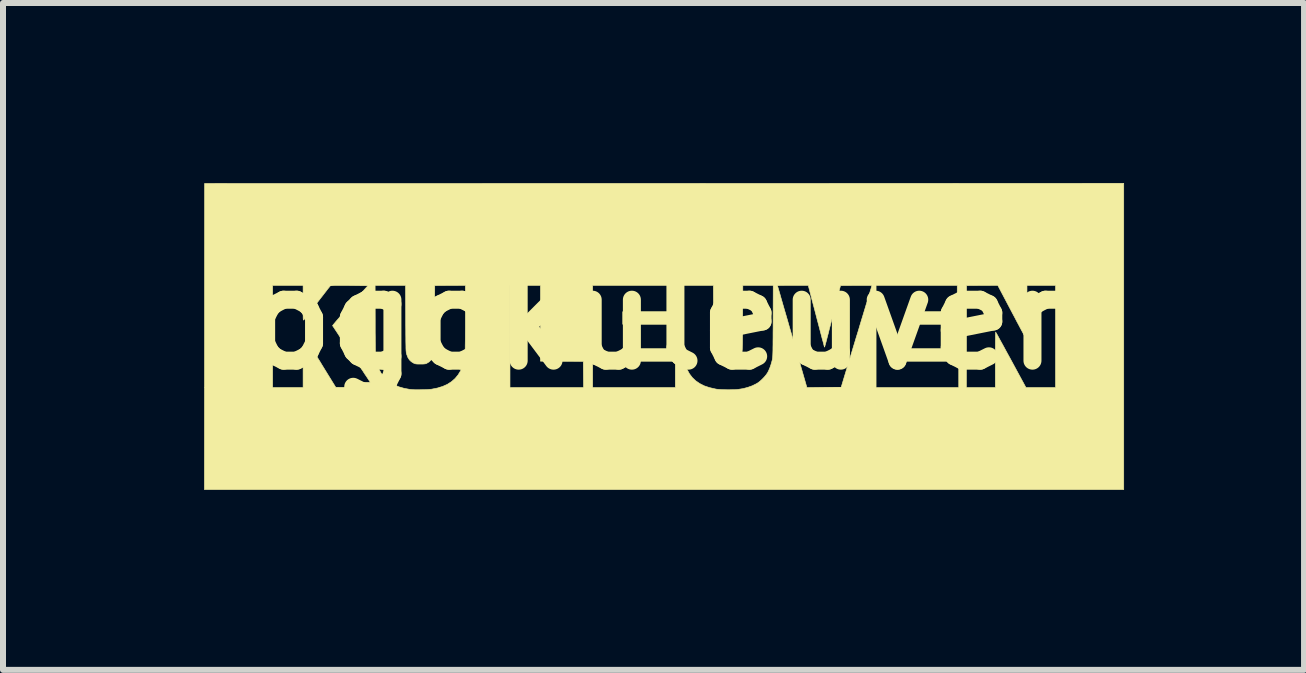
<source format=kicad_pcb>
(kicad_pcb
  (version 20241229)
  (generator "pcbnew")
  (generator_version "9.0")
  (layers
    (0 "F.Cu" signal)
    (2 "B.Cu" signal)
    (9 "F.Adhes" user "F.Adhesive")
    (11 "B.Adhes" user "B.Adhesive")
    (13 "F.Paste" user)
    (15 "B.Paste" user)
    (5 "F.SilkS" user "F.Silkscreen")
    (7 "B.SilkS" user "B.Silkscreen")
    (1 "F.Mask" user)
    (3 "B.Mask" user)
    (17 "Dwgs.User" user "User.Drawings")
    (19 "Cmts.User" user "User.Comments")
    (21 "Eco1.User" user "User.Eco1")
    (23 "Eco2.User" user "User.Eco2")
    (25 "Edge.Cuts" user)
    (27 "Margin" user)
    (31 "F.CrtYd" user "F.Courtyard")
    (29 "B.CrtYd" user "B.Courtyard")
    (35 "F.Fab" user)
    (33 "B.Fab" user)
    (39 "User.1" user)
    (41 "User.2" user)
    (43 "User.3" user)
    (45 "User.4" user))
  (footprint "logokuleuven"
    (layer "F.Cu")
    (at 7.736 2.272)
    (property "Reference" "logokuleuven" (at 0 0 0) (layer "F.SilkS") (effects (font (size 1.524 1.524) (thickness 0.3))))
    (attr through_hole)
    (fp_poly (pts (xy 7.944 0.286) (xy 7.944 2.838) (xy -7.379 2.838) (xy -7.377 0.287) (xy -7.377 -0.565) (xy -6.242 -0.565) (xy -6.242 1.137) (xy -5.734 1.137) (xy -5.734 0.634) (xy -5.666 0.558) (xy -5.643 0.533) (xy -5.622 0.511) (xy -5.606 0.495) (xy -5.596 0.486) (xy -5.593 0.484) (xy -5.589 0.49) (xy -5.578 0.505) (xy -5.563 0.53) (xy -5.542 0.562) (xy -5.517 0.602) (xy -5.489 0.647) (xy -5.457 0.698) (xy -5.424 0.753) (xy -5.389 0.81) (xy -5.19 1.133) (xy -4.875 1.135) (xy -4.813 1.135) (xy -4.755 1.135) (xy -4.702 1.135) (xy -4.656 1.135) (xy -4.617 1.135) (xy -4.588 1.134) (xy -4.568 1.134) (xy -4.56 1.133) (xy -4.559 1.133) (xy -4.563 1.127) (xy -4.573 1.112) (xy -4.589 1.087) (xy -4.611 1.054) (xy -4.638 1.014) (xy -4.669 0.966) (xy -4.705 0.913) (xy -4.744 0.853) (xy -4.787 0.79) (xy -4.833 0.722) (xy -4.88 0.65) (xy -4.899 0.622) (xy -4.948 0.55) (xy -4.994 0.48) (xy -5.038 0.415) (xy -5.079 0.353) (xy -5.117 0.297) (xy -5.15 0.246) (xy -5.179 0.202) (xy -5.203 0.166) (xy -5.222 0.137) (xy -5.235 0.118) (xy -5.242 0.108) (xy -5.242 0.106) (xy -5.239 0.1) (xy -5.227 0.085) (xy -5.208 0.062) (xy -5.182 0.031) (xy -5.149 -0.007) (xy -5.11 -0.051) (xy -5.065 -0.102) (xy -5.016 -0.157) (xy -4.962 -0.218) (xy -4.949 -0.232) (xy -4.652 -0.562) (xy -4.963 -0.564) (xy -5.034 -0.564) (xy -5.093 -0.564) (xy -5.142 -0.564) (xy -5.182 -0.564) (xy -5.213 -0.564) (xy -5.236 -0.563) (xy -5.254 -0.562) (xy -5.266 -0.561) (xy -5.274 -0.559) (xy -5.28 -0.557) (xy -5.283 -0.555) (xy -5.284 -0.554) (xy -5.29 -0.547) (xy -5.302 -0.531) (xy -5.322 -0.507) (xy -5.346 -0.475) (xy -5.375 -0.438) (xy -5.408 -0.395) (xy -5.445 -0.348) (xy -5.484 -0.297) (xy -5.502 -0.273) (xy -5.542 -0.221) (xy -5.58 -0.173) (xy -5.615 -0.128) (xy -5.646 -0.087) (xy -5.673 -0.053) (xy -5.695 -0.025) (xy -5.711 -0.004) (xy -5.72 0.007) (xy -5.722 0.009) (xy -5.725 0.012) (xy -5.727 0.013) (xy -5.729 0.011) (xy -5.731 0.005) (xy -5.732 -0.006) (xy -5.733 -0.022) (xy -5.733 -0.046) (xy -5.734 -0.078) (xy -5.734 -0.118) (xy -5.734 -0.169) (xy -5.734 -0.231) (xy -5.734 -0.272) (xy -5.734 -0.565) (xy -4.534 -0.565) (xy -4.532 0.03) (xy -4.532 0.13) (xy -4.532 0.219) (xy -4.531 0.296) (xy -4.531 0.364) (xy -4.53 0.422) (xy -4.53 0.471) (xy -4.529 0.513) (xy -4.529 0.548) (xy -4.528 0.577) (xy -4.527 0.6) (xy -4.526 0.62) (xy -4.525 0.636) (xy -4.523 0.649) (xy -4.521 0.661) (xy -4.52 0.671) (xy -4.517 0.682) (xy -4.516 0.689) (xy -4.494 0.768) (xy -4.467 0.838) (xy -4.433 0.899) (xy -4.391 0.955) (xy -4.375 0.973) (xy -4.324 1.023) (xy -4.267 1.064) (xy -4.203 1.099) (xy -4.132 1.127) (xy -4.052 1.15) (xy -3.961 1.167) (xy -3.934 1.17) (xy -3.909 1.172) (xy -3.875 1.174) (xy -3.834 1.174) (xy -3.788 1.174) (xy -3.74 1.173) (xy -3.694 1.172) (xy -3.652 1.17) (xy -3.617 1.167) (xy -3.594 1.165) (xy -3.497 1.146) (xy -3.409 1.119) (xy -3.33 1.084) (xy -3.26 1.039) (xy -3.2 0.986) (xy -3.149 0.924) (xy -3.107 0.854) (xy -3.075 0.774) (xy -3.051 0.686) (xy -3.037 0.589) (xy -3.035 0.578) (xy -3.034 0.559) (xy -3.033 0.529) (xy -3.032 0.488) (xy -3.032 0.437) (xy -3.031 0.377) (xy -3.03 0.31) (xy -3.03 0.235) (xy -3.029 0.155) (xy -3.029 0.07) (xy -3.029 -0.019) (xy -3.029 -0.03) (xy -3.029 -0.565) (xy -2.286 -0.565) (xy -2.286 1.137) (xy -1.06 1.137) (xy -1.062 0.919) (xy -1.064 0.702) (xy -1.421 0.7) (xy -1.778 0.698) (xy -1.778 -0.565) (xy -0.908 -0.565) (xy -0.908 1.137) (xy 0.47 1.137) (xy 0.47 0.699) (xy -0.406 0.699) (xy -0.406 0.489) (xy 0.368 0.489) (xy 0.368 0.083) (xy -0.406 0.083) (xy -0.406 -0.127) (xy 0.445 -0.127) (xy 0.445 -0.565) (xy 0.596 -0.565) (xy 0.599 0.021) (xy 0.599 0.121) (xy 0.599 0.21) (xy 0.6 0.288) (xy 0.6 0.356) (xy 0.601 0.414) (xy 0.601 0.463) (xy 0.602 0.505) (xy 0.603 0.541) (xy 0.604 0.57) (xy 0.605 0.594) (xy 0.606 0.613) (xy 0.607 0.63) (xy 0.609 0.643) (xy 0.61 0.655) (xy 0.612 0.664) (xy 0.635 0.754) (xy 0.666 0.836) (xy 0.705 0.908) (xy 0.753 0.971) (xy 0.81 1.025) (xy 0.877 1.071) (xy 0.952 1.109) (xy 1.038 1.138) (xy 1.133 1.16) (xy 1.159 1.165) (xy 1.19 1.168) (xy 1.23 1.171) (xy 1.277 1.173) (xy 1.328 1.174) (xy 1.379 1.174) (xy 1.429 1.173) (xy 1.473 1.172) (xy 1.509 1.169) (xy 1.518 1.168) (xy 1.6 1.155) (xy 1.679 1.134) (xy 1.752 1.108) (xy 1.817 1.076) (xy 1.847 1.058) (xy 1.88 1.033) (xy 1.916 1) (xy 1.951 0.964) (xy 1.982 0.927) (xy 2.006 0.893) (xy 2.006 0.893) (xy 2.026 0.854) (xy 2.046 0.807) (xy 2.064 0.755) (xy 2.079 0.702) (xy 2.085 0.68) (xy 2.087 0.669) (xy 2.089 0.659) (xy 2.09 0.647) (xy 2.092 0.634) (xy 2.093 0.618) (xy 2.094 0.599) (xy 2.095 0.576) (xy 2.096 0.547) (xy 2.097 0.513) (xy 2.097 0.472) (xy 2.098 0.424) (xy 2.098 0.367) (xy 2.099 0.301) (xy 2.099 0.224) (xy 2.1 0.137) (xy 2.1 0.038) (xy 2.1 0.027) (xy 2.102 -0.557) (xy 2.173 -0.557) (xy 2.175 -0.55) (xy 2.181 -0.532) (xy 2.189 -0.503) (xy 2.201 -0.463) (xy 2.215 -0.415) (xy 2.231 -0.357) (xy 2.25 -0.292) (xy 2.271 -0.219) (xy 2.294 -0.14) (xy 2.319 -0.055) (xy 2.345 0.035) (xy 2.372 0.13) (xy 2.401 0.229) (xy 2.42 0.294) (xy 2.663 1.137) (xy 2.949 1.135) (xy 3.234 1.133) (xy 3.49 0.286) (xy 3.521 0.186) (xy 3.55 0.088) (xy 3.578 -0.005) (xy 3.605 -0.093) (xy 3.63 -0.176) (xy 3.653 -0.253) (xy 3.674 -0.322) (xy 3.693 -0.385) (xy 3.709 -0.439) (xy 3.723 -0.484) (xy 3.734 -0.52) (xy 3.741 -0.546) (xy 3.746 -0.56) (xy 3.747 -0.563) (xy 3.74 -0.564) (xy 3.723 -0.564) (xy 3.695 -0.564) (xy 3.659 -0.564) (xy 3.615 -0.564) (xy 3.566 -0.564) (xy 3.511 -0.564) (xy 3.485 -0.564) (xy 3.223 -0.562) (xy 3.098 -0.073) (xy 3.074 0.021) (xy 3.053 0.103) (xy 3.034 0.174) (xy 3.019 0.236) (xy 3.005 0.288) (xy 2.994 0.331) (xy 2.985 0.367) (xy 2.977 0.396) (xy 2.971 0.418) (xy 2.966 0.435) (xy 2.963 0.447) (xy 2.96 0.455) (xy 2.959 0.46) (xy 2.957 0.462) (xy 2.956 0.463) (xy 2.956 0.463) (xy 2.954 0.456) (xy 2.949 0.439) (xy 2.942 0.41) (xy 2.932 0.373) (xy 2.919 0.327) (xy 2.905 0.273) (xy 2.889 0.212) (xy 2.872 0.146) (xy 2.853 0.074) (xy 2.833 -0.001) (xy 2.826 -0.029) (xy 2.806 -0.106) (xy 2.787 -0.179) (xy 2.768 -0.249) (xy 2.751 -0.314) (xy 2.736 -0.372) (xy 2.723 -0.424) (xy 2.711 -0.467) (xy 2.702 -0.502) (xy 2.696 -0.526) (xy 2.692 -0.54) (xy 2.692 -0.541) (xy 2.686 -0.565) (xy 3.816 -0.565) (xy 3.816 1.137) (xy 5.194 1.137) (xy 5.321 1.137) (xy 5.804 1.137) (xy 5.804 0.672) (xy 5.804 0.587) (xy 5.804 0.509) (xy 5.805 0.439) (xy 5.805 0.376) (xy 5.806 0.323) (xy 5.806 0.28) (xy 5.807 0.247) (xy 5.808 0.224) (xy 5.809 0.214) (xy 5.81 0.213) (xy 5.813 0.219) (xy 5.823 0.236) (xy 5.838 0.262) (xy 5.857 0.297) (xy 5.88 0.34) (xy 5.907 0.389) (xy 5.938 0.445) (xy 5.971 0.506) (xy 6.007 0.572) (xy 6.045 0.641) (xy 6.065 0.678) (xy 6.314 1.137) (xy 6.807 1.137) (xy 6.807 -0.565) (xy 6.331 -0.565) (xy 6.331 -0.11) (xy 6.331 -0.021) (xy 6.331 0.055) (xy 6.33 0.12) (xy 6.33 0.175) (xy 6.33 0.22) (xy 6.329 0.256) (xy 6.328 0.285) (xy 6.328 0.306) (xy 6.327 0.321) (xy 6.325 0.33) (xy 6.324 0.335) (xy 6.322 0.335) (xy 6.322 0.335) (xy 6.317 0.327) (xy 6.308 0.309) (xy 6.293 0.282) (xy 6.274 0.246) (xy 6.251 0.203) (xy 6.224 0.153) (xy 6.194 0.096) (xy 6.161 0.035) (xy 6.127 -0.031) (xy 6.09 -0.1) (xy 6.079 -0.121) (xy 5.845 -0.565) (xy 5.585 -0.564) (xy 5.324 -0.562) (xy 5.323 0.287) (xy 5.321 1.137) (xy 5.194 1.137) (xy 5.194 0.699) (xy 4.324 0.699) (xy 4.324 0.489) (xy 5.093 0.489) (xy 5.093 0.083) (xy 4.324 0.083) (xy 4.324 -0.127) (xy 5.169 -0.127) (xy 5.169 -0.565) (xy 3.816 -0.565) (xy 2.686 -0.565) (xy 2.428 -0.565) (xy 2.362 -0.565) (xy 2.307 -0.565) (xy 2.263 -0.564) (xy 2.229 -0.564) (xy 2.204 -0.563) (xy 2.187 -0.562) (xy 2.177 -0.56) (xy 2.173 -0.558) (xy 2.173 -0.557) (xy 2.102 -0.557) (xy 2.102 -0.565) (xy 1.849 -0.565) (xy 1.595 -0.565) (xy 1.592 -0.021) (xy 1.592 0.079) (xy 1.591 0.168) (xy 1.591 0.245) (xy 1.59 0.312) (xy 1.59 0.37) (xy 1.589 0.419) (xy 1.587 0.461) (xy 1.586 0.496) (xy 1.584 0.525) (xy 1.582 0.549) (xy 1.579 0.569) (xy 1.575 0.586) (xy 1.571 0.6) (xy 1.567 0.613) (xy 1.561 0.624) (xy 1.555 0.636) (xy 1.548 0.649) (xy 1.547 0.65) (xy 1.522 0.687) (xy 1.492 0.715) (xy 1.455 0.734) (xy 1.411 0.745) (xy 1.357 0.748) (xy 1.337 0.748) (xy 1.289 0.744) (xy 1.25 0.735) (xy 1.218 0.719) (xy 1.19 0.698) (xy 1.181 0.688) (xy 1.158 0.658) (xy 1.14 0.624) (xy 1.125 0.583) (xy 1.119 0.56) (xy 1.118 0.551) (xy 1.116 0.54) (xy 1.114 0.526) (xy 1.113 0.508) (xy 1.112 0.486) (xy 1.111 0.458) (xy 1.11 0.423) (xy 1.11 0.382) (xy 1.109 0.332) (xy 1.108 0.274) (xy 1.108 0.206) (xy 1.107 0.128) (xy 1.107 0.038) (xy 1.107 -0.024) (xy 1.104 -0.565) (xy 0.596 -0.565) (xy 0.445 -0.565) (xy -0.908 -0.565) (xy -1.778 -0.565) (xy -2.286 -0.565) (xy -3.029 -0.565) (xy -3.029 -0.565) (xy -3.285 -0.564) (xy -3.54 -0.562) (xy -3.543 -0.003) (xy -3.544 0.094) (xy -3.545 0.18) (xy -3.545 0.255) (xy -3.546 0.319) (xy -3.546 0.374) (xy -3.547 0.42) (xy -3.548 0.459) (xy -3.548 0.491) (xy -3.549 0.517) (xy -3.55 0.537) (xy -3.552 0.553) (xy -3.553 0.566) (xy -3.554 0.576) (xy -3.556 0.583) (xy -3.558 0.59) (xy -3.558 0.591) (xy -3.579 0.64) (xy -3.603 0.679) (xy -3.633 0.709) (xy -3.669 0.731) (xy -3.683 0.738) (xy -3.697 0.742) (xy -3.715 0.744) (xy -3.738 0.746) (xy -3.77 0.746) (xy -3.778 0.746) (xy -3.813 0.746) (xy -3.837 0.745) (xy -3.856 0.743) (xy -3.871 0.739) (xy -3.886 0.733) (xy -3.893 0.73) (xy -3.931 0.706) (xy -3.963 0.675) (xy -3.988 0.635) (xy -4.007 0.585) (xy -4.011 0.57) (xy -4.013 0.562) (xy -4.015 0.552) (xy -4.016 0.54) (xy -4.018 0.524) (xy -4.019 0.504) (xy -4.02 0.479) (xy -4.02 0.449) (xy -4.021 0.411) (xy -4.022 0.366) (xy -4.022 0.313) (xy -4.023 0.25) (xy -4.023 0.178) (xy -4.024 0.094) (xy -4.024 -0.001) (xy -4.024 -0.017) (xy -4.027 -0.565) (xy -4.28 -0.565) (xy -4.534 -0.565) (xy -5.734 -0.565) (xy -6.242 -0.565) (xy -7.377 -0.565) (xy -7.376 -2.264) (xy 0.284 -2.265) (xy 7.944 -2.267) (xy 7.944 0.286)) (stroke (width 0.01) (type solid)) (fill yes) (layer "F.SilkS")))
  (gr_rect
    (start -3 -3)
    (end 18.685 8.115)
    (stroke (width 0.1) (type default))
    (fill no)
    (layer "Edge.Cuts")))
</source>
